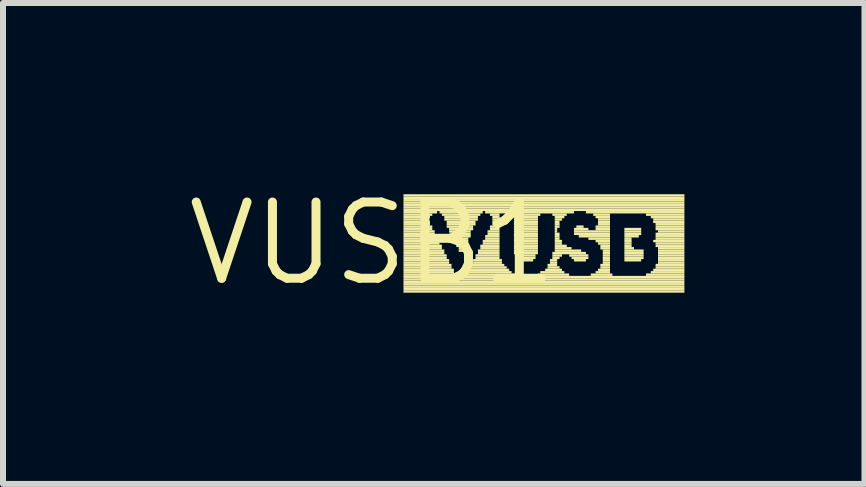
<source format=kicad_pcb>
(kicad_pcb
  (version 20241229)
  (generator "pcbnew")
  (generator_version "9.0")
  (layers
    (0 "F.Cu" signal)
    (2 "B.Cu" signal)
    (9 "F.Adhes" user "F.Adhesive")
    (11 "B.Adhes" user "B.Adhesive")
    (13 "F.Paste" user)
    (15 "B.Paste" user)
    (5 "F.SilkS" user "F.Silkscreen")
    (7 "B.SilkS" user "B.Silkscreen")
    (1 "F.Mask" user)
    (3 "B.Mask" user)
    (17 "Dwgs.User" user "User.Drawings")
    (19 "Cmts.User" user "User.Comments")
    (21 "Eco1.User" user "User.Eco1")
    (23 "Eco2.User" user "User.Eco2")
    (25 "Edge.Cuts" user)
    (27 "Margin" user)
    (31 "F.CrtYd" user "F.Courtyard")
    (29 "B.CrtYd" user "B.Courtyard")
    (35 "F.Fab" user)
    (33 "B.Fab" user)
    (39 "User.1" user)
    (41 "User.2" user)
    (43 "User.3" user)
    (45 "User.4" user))
  (footprint "VUSB1"
    (layer "F.Cu")
    (at 3.152 1.006)
    (property "Reference" "VUSB1" (at 0 0 0) (layer "F.SilkS") (effects (font (size 1.27 1.27) (thickness 0.15))))
    (fp_poly (pts (xy 0.52 -0.78) (xy 5.2 -0.78) (xy 5.2 -0.82) (xy 0.52 -0.82)) (stroke (width 0) (type default)) (fill yes) (layer "F.SilkS"))
    (fp_poly (pts (xy 0.52 -0.74) (xy 5.2 -0.74) (xy 5.2 -0.78) (xy 0.52 -0.78)) (stroke (width 0) (type default)) (fill yes) (layer "F.SilkS"))
    (fp_poly (pts (xy 0.52 -0.7) (xy 5.2 -0.7) (xy 5.2 -0.74) (xy 0.52 -0.74)) (stroke (width 0) (type default)) (fill yes) (layer "F.SilkS"))
    (fp_poly (pts (xy 0.52 -0.66) (xy 5.2 -0.66) (xy 5.2 -0.7) (xy 0.52 -0.7)) (stroke (width 0) (type default)) (fill yes) (layer "F.SilkS"))
    (fp_poly (pts (xy 0.52 -0.62) (xy 5.2 -0.62) (xy 5.2 -0.66) (xy 0.52 -0.66)) (stroke (width 0) (type default)) (fill yes) (layer "F.SilkS"))
    (fp_poly (pts (xy 0.52 -0.58) (xy 5.2 -0.58) (xy 5.2 -0.62) (xy 0.52 -0.62)) (stroke (width 0) (type default)) (fill yes) (layer "F.SilkS"))
    (fp_poly (pts (xy 0.52 -0.54) (xy 5.2 -0.54) (xy 5.2 -0.58) (xy 0.52 -0.58)) (stroke (width 0) (type default)) (fill yes) (layer "F.SilkS"))
    (fp_poly (pts (xy 0.52 -0.5) (xy 1.08 -0.5) (xy 1.08 -0.54) (xy 0.52 -0.54)) (stroke (width 0) (type default)) (fill yes) (layer "F.SilkS"))
    (fp_poly (pts (xy 0.52 -0.46) (xy 1 -0.46) (xy 1 -0.5) (xy 0.52 -0.5)) (stroke (width 0) (type default)) (fill yes) (layer "F.SilkS"))
    (fp_poly (pts (xy 0.52 -0.42) (xy 0.96 -0.42) (xy 0.96 -0.46) (xy 0.52 -0.46)) (stroke (width 0) (type default)) (fill yes) (layer "F.SilkS"))
    (fp_poly (pts (xy 0.52 -0.38) (xy 0.92 -0.38) (xy 0.92 -0.42) (xy 0.52 -0.42)) (stroke (width 0) (type default)) (fill yes) (layer "F.SilkS"))
    (fp_poly (pts (xy 0.52 -0.34) (xy 0.96 -0.34) (xy 0.96 -0.38) (xy 0.52 -0.38)) (stroke (width 0) (type default)) (fill yes) (layer "F.SilkS"))
    (fp_poly (pts (xy 0.52 -0.3) (xy 0.96 -0.3) (xy 0.96 -0.34) (xy 0.52 -0.34)) (stroke (width 0) (type default)) (fill yes) (layer "F.SilkS"))
    (fp_poly (pts (xy 0.52 -0.26) (xy 1 -0.26) (xy 1 -0.3) (xy 0.52 -0.3)) (stroke (width 0) (type default)) (fill yes) (layer "F.SilkS"))
    (fp_poly (pts (xy 0.52 -0.22) (xy 1 -0.22) (xy 1 -0.26) (xy 0.52 -0.26)) (stroke (width 0) (type default)) (fill yes) (layer "F.SilkS"))
    (fp_poly (pts (xy 0.52 -0.18) (xy 1.04 -0.18) (xy 1.04 -0.22) (xy 0.52 -0.22)) (stroke (width 0) (type default)) (fill yes) (layer "F.SilkS"))
    (fp_poly (pts (xy 0.52 -0.14) (xy 1.04 -0.14) (xy 1.04 -0.18) (xy 0.52 -0.18)) (stroke (width 0) (type default)) (fill yes) (layer "F.SilkS"))
    (fp_poly (pts (xy 0.52 -0.1) (xy 1.08 -0.1) (xy 1.08 -0.14) (xy 0.52 -0.14)) (stroke (width 0) (type default)) (fill yes) (layer "F.SilkS"))
    (fp_poly (pts (xy 0.52 -0.06) (xy 1.08 -0.06) (xy 1.08 -0.1) (xy 0.52 -0.1)) (stroke (width 0) (type default)) (fill yes) (layer "F.SilkS"))
    (fp_poly (pts (xy 0.52 -0.02) (xy 1.12 -0.02) (xy 1.12 -0.06) (xy 0.52 -0.06)) (stroke (width 0) (type default)) (fill yes) (layer "F.SilkS"))
    (fp_poly (pts (xy 0.52 0.02) (xy 1.12 0.02) (xy 1.12 -0.02) (xy 0.52 -0.02)) (stroke (width 0) (type default)) (fill yes) (layer "F.SilkS"))
    (fp_poly (pts (xy 0.52 0.06) (xy 1.16 0.06) (xy 1.16 0.02) (xy 0.52 0.02)) (stroke (width 0) (type default)) (fill yes) (layer "F.SilkS"))
    (fp_poly (pts (xy 0.52 0.1) (xy 1.16 0.1) (xy 1.16 0.06) (xy 0.52 0.06)) (stroke (width 0) (type default)) (fill yes) (layer "F.SilkS"))
    (fp_poly (pts (xy 0.52 0.14) (xy 1.2 0.14) (xy 1.2 0.1) (xy 0.52 0.1)) (stroke (width 0) (type default)) (fill yes) (layer "F.SilkS"))
    (fp_poly (pts (xy 0.52 0.18) (xy 1.2 0.18) (xy 1.2 0.14) (xy 0.52 0.14)) (stroke (width 0) (type default)) (fill yes) (layer "F.SilkS"))
    (fp_poly (pts (xy 0.52 0.22) (xy 1.24 0.22) (xy 1.24 0.18) (xy 0.52 0.18)) (stroke (width 0) (type default)) (fill yes) (layer "F.SilkS"))
    (fp_poly (pts (xy 0.52 0.26) (xy 1.24 0.26) (xy 1.24 0.22) (xy 0.52 0.22)) (stroke (width 0) (type default)) (fill yes) (layer "F.SilkS"))
    (fp_poly (pts (xy 0.52 0.3) (xy 1.28 0.3) (xy 1.28 0.26) (xy 0.52 0.26)) (stroke (width 0) (type default)) (fill yes) (layer "F.SilkS"))
    (fp_poly (pts (xy 0.52 0.34) (xy 1.28 0.34) (xy 1.28 0.3) (xy 0.52 0.3)) (stroke (width 0) (type default)) (fill yes) (layer "F.SilkS"))
    (fp_poly (pts (xy 0.52 0.38) (xy 1.32 0.38) (xy 1.32 0.34) (xy 0.52 0.34)) (stroke (width 0) (type default)) (fill yes) (layer "F.SilkS"))
    (fp_poly (pts (xy 0.52 0.42) (xy 1.32 0.42) (xy 1.32 0.38) (xy 0.52 0.38)) (stroke (width 0) (type default)) (fill yes) (layer "F.SilkS"))
    (fp_poly (pts (xy 0.52 0.46) (xy 1.36 0.46) (xy 1.36 0.42) (xy 0.52 0.42)) (stroke (width 0) (type default)) (fill yes) (layer "F.SilkS"))
    (fp_poly (pts (xy 0.52 0.5) (xy 1.36 0.5) (xy 1.36 0.46) (xy 0.52 0.46)) (stroke (width 0) (type default)) (fill yes) (layer "F.SilkS"))
    (fp_poly (pts (xy 0.52 0.54) (xy 1.4 0.54) (xy 1.4 0.5) (xy 0.52 0.5)) (stroke (width 0) (type default)) (fill yes) (layer "F.SilkS"))
    (fp_poly (pts (xy 0.52 0.58) (xy 5.2 0.58) (xy 5.2 0.54) (xy 0.52 0.54)) (stroke (width 0) (type default)) (fill yes) (layer "F.SilkS"))
    (fp_poly (pts (xy 0.52 0.62) (xy 5.2 0.62) (xy 5.2 0.58) (xy 0.52 0.58)) (stroke (width 0) (type default)) (fill yes) (layer "F.SilkS"))
    (fp_poly (pts (xy 0.52 0.66) (xy 5.2 0.66) (xy 5.2 0.62) (xy 0.52 0.62)) (stroke (width 0) (type default)) (fill yes) (layer "F.SilkS"))
    (fp_poly (pts (xy 0.52 0.7) (xy 5.2 0.7) (xy 5.2 0.66) (xy 0.52 0.66)) (stroke (width 0) (type default)) (fill yes) (layer "F.SilkS"))
    (fp_poly (pts (xy 0.52 0.74) (xy 5.2 0.74) (xy 5.2 0.7) (xy 0.52 0.7)) (stroke (width 0) (type default)) (fill yes) (layer "F.SilkS"))
    (fp_poly (pts (xy 0.52 0.78) (xy 5.2 0.78) (xy 5.2 0.74) (xy 0.52 0.74)) (stroke (width 0) (type default)) (fill yes) (layer "F.SilkS"))
    (fp_poly (pts (xy 0.52 0.82) (xy 5.2 0.82) (xy 5.2 0.78) (xy 0.52 0.78)) (stroke (width 0) (type default)) (fill yes) (layer "F.SilkS"))
    (fp_poly (pts (xy 1.12 -0.5) (xy 1.84 -0.5) (xy 1.84 -0.54) (xy 1.12 -0.54)) (stroke (width 0) (type default)) (fill yes) (layer "F.SilkS"))
    (fp_poly (pts (xy 1.16 -0.46) (xy 1.8 -0.46) (xy 1.8 -0.5) (xy 1.16 -0.5)) (stroke (width 0) (type default)) (fill yes) (layer "F.SilkS"))
    (fp_poly (pts (xy 1.2 -0.42) (xy 1.76 -0.42) (xy 1.76 -0.46) (xy 1.2 -0.46)) (stroke (width 0) (type default)) (fill yes) (layer "F.SilkS"))
    (fp_poly (pts (xy 1.2 -0.38) (xy 1.76 -0.38) (xy 1.76 -0.42) (xy 1.2 -0.42)) (stroke (width 0) (type default)) (fill yes) (layer "F.SilkS"))
    (fp_poly (pts (xy 1.24 -0.34) (xy 1.72 -0.34) (xy 1.72 -0.38) (xy 1.24 -0.38)) (stroke (width 0) (type default)) (fill yes) (layer "F.SilkS"))
    (fp_poly (pts (xy 1.24 -0.3) (xy 1.72 -0.3) (xy 1.72 -0.34) (xy 1.24 -0.34)) (stroke (width 0) (type default)) (fill yes) (layer "F.SilkS"))
    (fp_poly (pts (xy 1.24 -0.26) (xy 1.68 -0.26) (xy 1.68 -0.3) (xy 1.24 -0.3)) (stroke (width 0) (type default)) (fill yes) (layer "F.SilkS"))
    (fp_poly (pts (xy 1.28 -0.22) (xy 1.68 -0.22) (xy 1.68 -0.26) (xy 1.28 -0.26)) (stroke (width 0) (type default)) (fill yes) (layer "F.SilkS"))
    (fp_poly (pts (xy 1.28 -0.18) (xy 1.64 -0.18) (xy 1.64 -0.22) (xy 1.28 -0.22)) (stroke (width 0) (type default)) (fill yes) (layer "F.SilkS"))
    (fp_poly (pts (xy 1.32 -0.14) (xy 1.64 -0.14) (xy 1.64 -0.18) (xy 1.32 -0.18)) (stroke (width 0) (type default)) (fill yes) (layer "F.SilkS"))
    (fp_poly (pts (xy 1.32 -0.1) (xy 1.64 -0.1) (xy 1.64 -0.14) (xy 1.32 -0.14)) (stroke (width 0) (type default)) (fill yes) (layer "F.SilkS"))
    (fp_poly (pts (xy 1.36 -0.06) (xy 1.6 -0.06) (xy 1.6 -0.1) (xy 1.36 -0.1)) (stroke (width 0) (type default)) (fill yes) (layer "F.SilkS"))
    (fp_poly (pts (xy 1.36 -0.02) (xy 1.6 -0.02) (xy 1.6 -0.06) (xy 1.36 -0.06)) (stroke (width 0) (type default)) (fill yes) (layer "F.SilkS"))
    (fp_poly (pts (xy 1.4 0.02) (xy 1.56 0.02) (xy 1.56 -0.02) (xy 1.4 -0.02)) (stroke (width 0) (type default)) (fill yes) (layer "F.SilkS"))
    (fp_poly (pts (xy 1.4 0.06) (xy 1.56 0.06) (xy 1.56 0.02) (xy 1.4 0.02)) (stroke (width 0) (type default)) (fill yes) (layer "F.SilkS"))
    (fp_poly (pts (xy 1.44 0.1) (xy 1.52 0.1) (xy 1.52 0.06) (xy 1.44 0.06)) (stroke (width 0) (type default)) (fill yes) (layer "F.SilkS"))
    (fp_poly (pts (xy 1.44 0.14) (xy 1.52 0.14) (xy 1.52 0.1) (xy 1.44 0.1)) (stroke (width 0) (type default)) (fill yes) (layer "F.SilkS"))
    (fp_poly (pts (xy 1.56 0.54) (xy 2.4 0.54) (xy 2.4 0.5) (xy 1.56 0.5)) (stroke (width 0) (type default)) (fill yes) (layer "F.SilkS"))
    (fp_poly (pts (xy 1.6 0.46) (xy 2.28 0.46) (xy 2.28 0.42) (xy 1.6 0.42)) (stroke (width 0) (type default)) (fill yes) (layer "F.SilkS"))
    (fp_poly (pts (xy 1.6 0.5) (xy 2.32 0.5) (xy 2.32 0.46) (xy 1.6 0.46)) (stroke (width 0) (type default)) (fill yes) (layer "F.SilkS"))
    (fp_poly (pts (xy 1.64 0.38) (xy 2.2 0.38) (xy 2.2 0.34) (xy 1.64 0.34)) (stroke (width 0) (type default)) (fill yes) (layer "F.SilkS"))
    (fp_poly (pts (xy 1.64 0.42) (xy 2.24 0.42) (xy 2.24 0.38) (xy 1.64 0.38)) (stroke (width 0) (type default)) (fill yes) (layer "F.SilkS"))
    (fp_poly (pts (xy 1.68 0.3) (xy 2.16 0.3) (xy 2.16 0.26) (xy 1.68 0.26)) (stroke (width 0) (type default)) (fill yes) (layer "F.SilkS"))
    (fp_poly (pts (xy 1.68 0.34) (xy 2.16 0.34) (xy 2.16 0.3) (xy 1.68 0.3)) (stroke (width 0) (type default)) (fill yes) (layer "F.SilkS"))
    (fp_poly (pts (xy 1.72 0.22) (xy 2.12 0.22) (xy 2.12 0.18) (xy 1.72 0.18)) (stroke (width 0) (type default)) (fill yes) (layer "F.SilkS"))
    (fp_poly (pts (xy 1.72 0.26) (xy 2.12 0.26) (xy 2.12 0.22) (xy 1.72 0.22)) (stroke (width 0) (type default)) (fill yes) (layer "F.SilkS"))
    (fp_poly (pts (xy 1.76 0.14) (xy 2.12 0.14) (xy 2.12 0.1) (xy 1.76 0.1)) (stroke (width 0) (type default)) (fill yes) (layer "F.SilkS"))
    (fp_poly (pts (xy 1.76 0.18) (xy 2.12 0.18) (xy 2.12 0.14) (xy 1.76 0.14)) (stroke (width 0) (type default)) (fill yes) (layer "F.SilkS"))
    (fp_poly (pts (xy 1.8 0.06) (xy 2.12 0.06) (xy 2.12 0.02) (xy 1.8 0.02)) (stroke (width 0) (type default)) (fill yes) (layer "F.SilkS"))
    (fp_poly (pts (xy 1.8 0.1) (xy 2.12 0.1) (xy 2.12 0.06) (xy 1.8 0.06)) (stroke (width 0) (type default)) (fill yes) (layer "F.SilkS"))
    (fp_poly (pts (xy 1.84 -0.02) (xy 2.12 -0.02) (xy 2.12 -0.06) (xy 1.84 -0.06)) (stroke (width 0) (type default)) (fill yes) (layer "F.SilkS"))
    (fp_poly (pts (xy 1.84 0.02) (xy 2.12 0.02) (xy 2.12 -0.02) (xy 1.84 -0.02)) (stroke (width 0) (type default)) (fill yes) (layer "F.SilkS"))
    (fp_poly (pts (xy 1.88 -0.5) (xy 3.36 -0.5) (xy 3.36 -0.54) (xy 1.88 -0.54)) (stroke (width 0) (type default)) (fill yes) (layer "F.SilkS"))
    (fp_poly (pts (xy 1.88 -0.1) (xy 2.12 -0.1) (xy 2.12 -0.14) (xy 1.88 -0.14)) (stroke (width 0) (type default)) (fill yes) (layer "F.SilkS"))
    (fp_poly (pts (xy 1.88 -0.06) (xy 2.12 -0.06) (xy 2.12 -0.1) (xy 1.88 -0.1)) (stroke (width 0) (type default)) (fill yes) (layer "F.SilkS"))
    (fp_poly (pts (xy 1.92 -0.18) (xy 2.12 -0.18) (xy 2.12 -0.22) (xy 1.92 -0.22)) (stroke (width 0) (type default)) (fill yes) (layer "F.SilkS"))
    (fp_poly (pts (xy 1.92 -0.14) (xy 2.12 -0.14) (xy 2.12 -0.18) (xy 1.92 -0.18)) (stroke (width 0) (type default)) (fill yes) (layer "F.SilkS"))
    (fp_poly (pts (xy 1.96 -0.46) (xy 2.12 -0.46) (xy 2.12 -0.5) (xy 1.96 -0.5)) (stroke (width 0) (type default)) (fill yes) (layer "F.SilkS"))
    (fp_poly (pts (xy 1.96 -0.26) (xy 2.12 -0.26) (xy 2.12 -0.3) (xy 1.96 -0.3)) (stroke (width 0) (type default)) (fill yes) (layer "F.SilkS"))
    (fp_poly (pts (xy 1.96 -0.22) (xy 2.12 -0.22) (xy 2.12 -0.26) (xy 1.96 -0.26)) (stroke (width 0) (type default)) (fill yes) (layer "F.SilkS"))
    (fp_poly (pts (xy 2 -0.42) (xy 2.12 -0.42) (xy 2.12 -0.46) (xy 2 -0.46)) (stroke (width 0) (type default)) (fill yes) (layer "F.SilkS"))
    (fp_poly (pts (xy 2 -0.38) (xy 2.12 -0.38) (xy 2.12 -0.42) (xy 2 -0.42)) (stroke (width 0) (type default)) (fill yes) (layer "F.SilkS"))
    (fp_poly (pts (xy 2 -0.34) (xy 2.12 -0.34) (xy 2.12 -0.38) (xy 2 -0.38)) (stroke (width 0) (type default)) (fill yes) (layer "F.SilkS"))
    (fp_poly (pts (xy 2 -0.3) (xy 2.12 -0.3) (xy 2.12 -0.34) (xy 2 -0.34)) (stroke (width 0) (type default)) (fill yes) (layer "F.SilkS"))
    (fp_poly (pts (xy 2.32 -0.46) (xy 2.8 -0.46) (xy 2.8 -0.5) (xy 2.32 -0.5)) (stroke (width 0) (type default)) (fill yes) (layer "F.SilkS"))
    (fp_poly (pts (xy 2.36 -0.42) (xy 2.76 -0.42) (xy 2.76 -0.46) (xy 2.36 -0.46)) (stroke (width 0) (type default)) (fill yes) (layer "F.SilkS"))
    (fp_poly (pts (xy 2.36 -0.38) (xy 2.76 -0.38) (xy 2.76 -0.42) (xy 2.36 -0.42)) (stroke (width 0) (type default)) (fill yes) (layer "F.SilkS"))
    (fp_poly (pts (xy 2.36 -0.34) (xy 2.76 -0.34) (xy 2.76 -0.38) (xy 2.36 -0.38)) (stroke (width 0) (type default)) (fill yes) (layer "F.SilkS"))
    (fp_poly (pts (xy 2.36 -0.3) (xy 2.76 -0.3) (xy 2.76 -0.34) (xy 2.36 -0.34)) (stroke (width 0) (type default)) (fill yes) (layer "F.SilkS"))
    (fp_poly (pts (xy 2.36 -0.26) (xy 2.76 -0.26) (xy 2.76 -0.3) (xy 2.36 -0.3)) (stroke (width 0) (type default)) (fill yes) (layer "F.SilkS"))
    (fp_poly (pts (xy 2.36 -0.22) (xy 2.76 -0.22) (xy 2.76 -0.26) (xy 2.36 -0.26)) (stroke (width 0) (type default)) (fill yes) (layer "F.SilkS"))
    (fp_poly (pts (xy 2.36 -0.18) (xy 2.76 -0.18) (xy 2.76 -0.22) (xy 2.36 -0.22)) (stroke (width 0) (type default)) (fill yes) (layer "F.SilkS"))
    (fp_poly (pts (xy 2.36 -0.14) (xy 2.76 -0.14) (xy 2.76 -0.18) (xy 2.36 -0.18)) (stroke (width 0) (type default)) (fill yes) (layer "F.SilkS"))
    (fp_poly (pts (xy 2.36 -0.1) (xy 2.76 -0.1) (xy 2.76 -0.14) (xy 2.36 -0.14)) (stroke (width 0) (type default)) (fill yes) (layer "F.SilkS"))
    (fp_poly (pts (xy 2.36 -0.06) (xy 2.76 -0.06) (xy 2.76 -0.1) (xy 2.36 -0.1)) (stroke (width 0) (type default)) (fill yes) (layer "F.SilkS"))
    (fp_poly (pts (xy 2.36 -0.02) (xy 2.76 -0.02) (xy 2.76 -0.06) (xy 2.36 -0.06)) (stroke (width 0) (type default)) (fill yes) (layer "F.SilkS"))
    (fp_poly (pts (xy 2.36 0.02) (xy 2.76 0.02) (xy 2.76 -0.02) (xy 2.36 -0.02)) (stroke (width 0) (type default)) (fill yes) (layer "F.SilkS"))
    (fp_poly (pts (xy 2.36 0.06) (xy 2.76 0.06) (xy 2.76 0.02) (xy 2.36 0.02)) (stroke (width 0) (type default)) (fill yes) (layer "F.SilkS"))
    (fp_poly (pts (xy 2.36 0.1) (xy 2.76 0.1) (xy 2.76 0.06) (xy 2.36 0.06)) (stroke (width 0) (type default)) (fill yes) (layer "F.SilkS"))
    (fp_poly (pts (xy 2.36 0.14) (xy 2.76 0.14) (xy 2.76 0.1) (xy 2.36 0.1)) (stroke (width 0) (type default)) (fill yes) (layer "F.SilkS"))
    (fp_poly (pts (xy 2.36 0.18) (xy 2.76 0.18) (xy 2.76 0.14) (xy 2.36 0.14)) (stroke (width 0) (type default)) (fill yes) (layer "F.SilkS"))
    (fp_poly (pts (xy 2.4 0.22) (xy 2.72 0.22) (xy 2.72 0.18) (xy 2.4 0.18)) (stroke (width 0) (type default)) (fill yes) (layer "F.SilkS"))
    (fp_poly (pts (xy 2.4 0.26) (xy 2.72 0.26) (xy 2.72 0.22) (xy 2.4 0.22)) (stroke (width 0) (type default)) (fill yes) (layer "F.SilkS"))
    (fp_poly (pts (xy 2.48 0.3) (xy 2.68 0.3) (xy 2.68 0.26) (xy 2.48 0.26)) (stroke (width 0) (type default)) (fill yes) (layer "F.SilkS"))
    (fp_poly (pts (xy 2.76 0.54) (xy 3.28 0.54) (xy 3.28 0.5) (xy 2.76 0.5)) (stroke (width 0) (type default)) (fill yes) (layer "F.SilkS"))
    (fp_poly (pts (xy 2.8 0.5) (xy 3.2 0.5) (xy 3.2 0.46) (xy 2.8 0.46)) (stroke (width 0) (type default)) (fill yes) (layer "F.SilkS"))
    (fp_poly (pts (xy 2.88 0.46) (xy 3.16 0.46) (xy 3.16 0.42) (xy 2.88 0.42)) (stroke (width 0) (type default)) (fill yes) (layer "F.SilkS"))
    (fp_poly (pts (xy 2.92 0.38) (xy 3.08 0.38) (xy 3.08 0.34) (xy 2.92 0.34)) (stroke (width 0) (type default)) (fill yes) (layer "F.SilkS"))
    (fp_poly (pts (xy 2.92 0.42) (xy 3.12 0.42) (xy 3.12 0.38) (xy 2.92 0.38)) (stroke (width 0) (type default)) (fill yes) (layer "F.SilkS"))
    (fp_poly (pts (xy 2.96 0.3) (xy 3.08 0.3) (xy 3.08 0.26) (xy 2.96 0.26)) (stroke (width 0) (type default)) (fill yes) (layer "F.SilkS"))
    (fp_poly (pts (xy 2.96 0.34) (xy 3.08 0.34) (xy 3.08 0.3) (xy 2.96 0.3)) (stroke (width 0) (type default)) (fill yes) (layer "F.SilkS"))
    (fp_poly (pts (xy 3 -0.46) (xy 3.24 -0.46) (xy 3.24 -0.5) (xy 3 -0.5)) (stroke (width 0) (type default)) (fill yes) (layer "F.SilkS"))
    (fp_poly (pts (xy 3 0.18) (xy 3.56 0.18) (xy 3.56 0.14) (xy 3 0.14)) (stroke (width 0) (type default)) (fill yes) (layer "F.SilkS"))
    (fp_poly (pts (xy 3 0.22) (xy 3.16 0.22) (xy 3.16 0.18) (xy 3 0.18)) (stroke (width 0) (type default)) (fill yes) (layer "F.SilkS"))
    (fp_poly (pts (xy 3 0.26) (xy 3.12 0.26) (xy 3.12 0.22) (xy 3 0.22)) (stroke (width 0) (type default)) (fill yes) (layer "F.SilkS"))
    (fp_poly (pts (xy 3.04 -0.42) (xy 3.2 -0.42) (xy 3.2 -0.46) (xy 3.04 -0.46)) (stroke (width 0) (type default)) (fill yes) (layer "F.SilkS"))
    (fp_poly (pts (xy 3.04 -0.38) (xy 3.16 -0.38) (xy 3.16 -0.42) (xy 3.04 -0.42)) (stroke (width 0) (type default)) (fill yes) (layer "F.SilkS"))
    (fp_poly (pts (xy 3.04 -0.34) (xy 3.12 -0.34) (xy 3.12 -0.38) (xy 3.04 -0.38)) (stroke (width 0) (type default)) (fill yes) (layer "F.SilkS"))
    (fp_poly (pts (xy 3.04 -0.3) (xy 3.12 -0.3) (xy 3.12 -0.34) (xy 3.04 -0.34)) (stroke (width 0) (type default)) (fill yes) (layer "F.SilkS"))
    (fp_poly (pts (xy 3.04 -0.26) (xy 3.12 -0.26) (xy 3.12 -0.3) (xy 3.04 -0.3)) (stroke (width 0) (type default)) (fill yes) (layer "F.SilkS"))
    (fp_poly (pts (xy 3.04 -0.22) (xy 3.08 -0.22) (xy 3.08 -0.26) (xy 3.04 -0.26)) (stroke (width 0) (type default)) (fill yes) (layer "F.SilkS"))
    (fp_poly (pts (xy 3.04 -0.18) (xy 3.08 -0.18) (xy 3.08 -0.22) (xy 3.04 -0.22)) (stroke (width 0) (type default)) (fill yes) (layer "F.SilkS"))
    (fp_poly (pts (xy 3.04 -0.14) (xy 3.12 -0.14) (xy 3.12 -0.18) (xy 3.04 -0.18)) (stroke (width 0) (type default)) (fill yes) (layer "F.SilkS"))
    (fp_poly (pts (xy 3.04 -0.1) (xy 3.12 -0.1) (xy 3.12 -0.14) (xy 3.04 -0.14)) (stroke (width 0) (type default)) (fill yes) (layer "F.SilkS"))
    (fp_poly (pts (xy 3.04 -0.06) (xy 3.12 -0.06) (xy 3.12 -0.1) (xy 3.04 -0.1)) (stroke (width 0) (type default)) (fill yes) (layer "F.SilkS"))
    (fp_poly (pts (xy 3.04 -0.02) (xy 3.16 -0.02) (xy 3.16 -0.06) (xy 3.04 -0.06)) (stroke (width 0) (type default)) (fill yes) (layer "F.SilkS"))
    (fp_poly (pts (xy 3.04 0.02) (xy 3.16 0.02) (xy 3.16 -0.02) (xy 3.04 -0.02)) (stroke (width 0) (type default)) (fill yes) (layer "F.SilkS"))
    (fp_poly (pts (xy 3.04 0.06) (xy 3.24 0.06) (xy 3.24 0.02) (xy 3.04 0.02)) (stroke (width 0) (type default)) (fill yes) (layer "F.SilkS"))
    (fp_poly (pts (xy 3.04 0.1) (xy 3.32 0.1) (xy 3.32 0.06) (xy 3.04 0.06)) (stroke (width 0) (type default)) (fill yes) (layer "F.SilkS"))
    (fp_poly (pts (xy 3.04 0.14) (xy 3.48 0.14) (xy 3.48 0.1) (xy 3.04 0.1)) (stroke (width 0) (type default)) (fill yes) (layer "F.SilkS"))
    (fp_poly (pts (xy 3.28 0.22) (xy 3.6 0.22) (xy 3.6 0.18) (xy 3.28 0.18)) (stroke (width 0) (type default)) (fill yes) (layer "F.SilkS"))
    (fp_poly (pts (xy 3.32 0.26) (xy 3.6 0.26) (xy 3.6 0.22) (xy 3.32 0.22)) (stroke (width 0) (type default)) (fill yes) (layer "F.SilkS"))
    (fp_poly (pts (xy 3.36 -0.22) (xy 3.6 -0.22) (xy 3.6 -0.26) (xy 3.36 -0.26)) (stroke (width 0) (type default)) (fill yes) (layer "F.SilkS"))
    (fp_poly (pts (xy 3.36 -0.18) (xy 3.96 -0.18) (xy 3.96 -0.22) (xy 3.36 -0.22)) (stroke (width 0) (type default)) (fill yes) (layer "F.SilkS"))
    (fp_poly (pts (xy 3.36 -0.14) (xy 3.96 -0.14) (xy 3.96 -0.18) (xy 3.36 -0.18)) (stroke (width 0) (type default)) (fill yes) (layer "F.SilkS"))
    (fp_poly (pts (xy 3.36 0.3) (xy 3.56 0.3) (xy 3.56 0.26) (xy 3.36 0.26)) (stroke (width 0) (type default)) (fill yes) (layer "F.SilkS"))
    (fp_poly (pts (xy 3.4 -0.26) (xy 3.52 -0.26) (xy 3.52 -0.3) (xy 3.4 -0.3)) (stroke (width 0) (type default)) (fill yes) (layer "F.SilkS"))
    (fp_poly (pts (xy 3.44 -0.1) (xy 3.96 -0.1) (xy 3.96 -0.14) (xy 3.44 -0.14)) (stroke (width 0) (type default)) (fill yes) (layer "F.SilkS"))
    (fp_poly (pts (xy 3.56 -0.5) (xy 5.2 -0.5) (xy 5.2 -0.54) (xy 3.56 -0.54)) (stroke (width 0) (type default)) (fill yes) (layer "F.SilkS"))
    (fp_poly (pts (xy 3.6 -0.06) (xy 3.96 -0.06) (xy 3.96 -0.1) (xy 3.6 -0.1)) (stroke (width 0) (type default)) (fill yes) (layer "F.SilkS"))
    (fp_poly (pts (xy 3.64 0.54) (xy 4 0.54) (xy 4 0.5) (xy 3.64 0.5)) (stroke (width 0) (type default)) (fill yes) (layer "F.SilkS"))
    (fp_poly (pts (xy 3.68 -0.46) (xy 3.96 -0.46) (xy 3.96 -0.5) (xy 3.68 -0.5)) (stroke (width 0) (type default)) (fill yes) (layer "F.SilkS"))
    (fp_poly (pts (xy 3.72 -0.42) (xy 3.96 -0.42) (xy 3.96 -0.46) (xy 3.72 -0.46)) (stroke (width 0) (type default)) (fill yes) (layer "F.SilkS"))
    (fp_poly (pts (xy 3.72 -0.26) (xy 3.96 -0.26) (xy 3.96 -0.3) (xy 3.72 -0.3)) (stroke (width 0) (type default)) (fill yes) (layer "F.SilkS"))
    (fp_poly (pts (xy 3.72 -0.22) (xy 3.96 -0.22) (xy 3.96 -0.26) (xy 3.72 -0.26)) (stroke (width 0) (type default)) (fill yes) (layer "F.SilkS"))
    (fp_poly (pts (xy 3.72 -0.02) (xy 3.96 -0.02) (xy 3.96 -0.06) (xy 3.72 -0.06)) (stroke (width 0) (type default)) (fill yes) (layer "F.SilkS"))
    (fp_poly (pts (xy 3.72 0.5) (xy 3.96 0.5) (xy 3.96 0.46) (xy 3.72 0.46)) (stroke (width 0) (type default)) (fill yes) (layer "F.SilkS"))
    (fp_poly (pts (xy 3.76 -0.38) (xy 3.96 -0.38) (xy 3.96 -0.42) (xy 3.76 -0.42)) (stroke (width 0) (type default)) (fill yes) (layer "F.SilkS"))
    (fp_poly (pts (xy 3.76 -0.34) (xy 3.96 -0.34) (xy 3.96 -0.38) (xy 3.76 -0.38)) (stroke (width 0) (type default)) (fill yes) (layer "F.SilkS"))
    (fp_poly (pts (xy 3.76 -0.3) (xy 3.96 -0.3) (xy 3.96 -0.34) (xy 3.76 -0.34)) (stroke (width 0) (type default)) (fill yes) (layer "F.SilkS"))
    (fp_poly (pts (xy 3.76 0.02) (xy 3.96 0.02) (xy 3.96 -0.02) (xy 3.76 -0.02)) (stroke (width 0) (type default)) (fill yes) (layer "F.SilkS"))
    (fp_poly (pts (xy 3.76 0.46) (xy 3.96 0.46) (xy 3.96 0.42) (xy 3.76 0.42)) (stroke (width 0) (type default)) (fill yes) (layer "F.SilkS"))
    (fp_poly (pts (xy 3.8 0.06) (xy 3.96 0.06) (xy 3.96 0.02) (xy 3.8 0.02)) (stroke (width 0) (type default)) (fill yes) (layer "F.SilkS"))
    (fp_poly (pts (xy 3.8 0.1) (xy 3.96 0.1) (xy 3.96 0.06) (xy 3.8 0.06)) (stroke (width 0) (type default)) (fill yes) (layer "F.SilkS"))
    (fp_poly (pts (xy 3.8 0.38) (xy 3.96 0.38) (xy 3.96 0.34) (xy 3.8 0.34)) (stroke (width 0) (type default)) (fill yes) (layer "F.SilkS"))
    (fp_poly (pts (xy 3.8 0.42) (xy 3.96 0.42) (xy 3.96 0.38) (xy 3.8 0.38)) (stroke (width 0) (type default)) (fill yes) (layer "F.SilkS"))
    (fp_poly (pts (xy 3.84 0.14) (xy 3.96 0.14) (xy 3.96 0.1) (xy 3.84 0.1)) (stroke (width 0) (type default)) (fill yes) (layer "F.SilkS"))
    (fp_poly (pts (xy 3.84 0.18) (xy 3.96 0.18) (xy 3.96 0.14) (xy 3.84 0.14)) (stroke (width 0) (type default)) (fill yes) (layer "F.SilkS"))
    (fp_poly (pts (xy 3.84 0.22) (xy 3.96 0.22) (xy 3.96 0.18) (xy 3.84 0.18)) (stroke (width 0) (type default)) (fill yes) (layer "F.SilkS"))
    (fp_poly (pts (xy 3.84 0.26) (xy 3.96 0.26) (xy 3.96 0.22) (xy 3.84 0.22)) (stroke (width 0) (type default)) (fill yes) (layer "F.SilkS"))
    (fp_poly (pts (xy 3.84 0.3) (xy 3.96 0.3) (xy 3.96 0.26) (xy 3.84 0.26)) (stroke (width 0) (type default)) (fill yes) (layer "F.SilkS"))
    (fp_poly (pts (xy 3.84 0.34) (xy 3.96 0.34) (xy 3.96 0.3) (xy 3.84 0.3)) (stroke (width 0) (type default)) (fill yes) (layer "F.SilkS"))
    (fp_poly (pts (xy 4.2 -0.22) (xy 4.48 -0.22) (xy 4.48 -0.26) (xy 4.2 -0.26)) (stroke (width 0) (type default)) (fill yes) (layer "F.SilkS"))
    (fp_poly (pts (xy 4.2 -0.18) (xy 4.48 -0.18) (xy 4.48 -0.22) (xy 4.2 -0.22)) (stroke (width 0) (type default)) (fill yes) (layer "F.SilkS"))
    (fp_poly (pts (xy 4.2 -0.14) (xy 4.48 -0.14) (xy 4.48 -0.18) (xy 4.2 -0.18)) (stroke (width 0) (type default)) (fill yes) (layer "F.SilkS"))
    (fp_poly (pts (xy 4.2 -0.1) (xy 4.44 -0.1) (xy 4.44 -0.14) (xy 4.2 -0.14)) (stroke (width 0) (type default)) (fill yes) (layer "F.SilkS"))
    (fp_poly (pts (xy 4.2 -0.06) (xy 4.32 -0.06) (xy 4.32 -0.1) (xy 4.2 -0.1)) (stroke (width 0) (type default)) (fill yes) (layer "F.SilkS"))
    (fp_poly (pts (xy 4.2 -0.02) (xy 4.32 -0.02) (xy 4.32 -0.06) (xy 4.2 -0.06)) (stroke (width 0) (type default)) (fill yes) (layer "F.SilkS"))
    (fp_poly (pts (xy 4.2 0.02) (xy 4.32 0.02) (xy 4.32 -0.02) (xy 4.2 -0.02)) (stroke (width 0) (type default)) (fill yes) (layer "F.SilkS"))
    (fp_poly (pts (xy 4.2 0.06) (xy 4.32 0.06) (xy 4.32 0.02) (xy 4.2 0.02)) (stroke (width 0) (type default)) (fill yes) (layer "F.SilkS"))
    (fp_poly (pts (xy 4.2 0.1) (xy 4.36 0.1) (xy 4.36 0.06) (xy 4.2 0.06)) (stroke (width 0) (type default)) (fill yes) (layer "F.SilkS"))
    (fp_poly (pts (xy 4.2 0.14) (xy 4.52 0.14) (xy 4.52 0.1) (xy 4.2 0.1)) (stroke (width 0) (type default)) (fill yes) (layer "F.SilkS"))
    (fp_poly (pts (xy 4.2 0.18) (xy 4.52 0.18) (xy 4.52 0.14) (xy 4.2 0.14)) (stroke (width 0) (type default)) (fill yes) (layer "F.SilkS"))
    (fp_poly (pts (xy 4.2 0.22) (xy 4.52 0.22) (xy 4.52 0.18) (xy 4.2 0.18)) (stroke (width 0) (type default)) (fill yes) (layer "F.SilkS"))
    (fp_poly (pts (xy 4.2 0.26) (xy 4.52 0.26) (xy 4.52 0.22) (xy 4.2 0.22)) (stroke (width 0) (type default)) (fill yes) (layer "F.SilkS"))
    (fp_poly (pts (xy 4.2 0.3) (xy 4.48 0.3) (xy 4.48 0.26) (xy 4.2 0.26)) (stroke (width 0) (type default)) (fill yes) (layer "F.SilkS"))
    (fp_poly (pts (xy 4.56 -0.46) (xy 5.2 -0.46) (xy 5.2 -0.5) (xy 4.56 -0.5)) (stroke (width 0) (type default)) (fill yes) (layer "F.SilkS"))
    (fp_poly (pts (xy 4.56 0.54) (xy 5.2 0.54) (xy 5.2 0.5) (xy 4.56 0.5)) (stroke (width 0) (type default)) (fill yes) (layer "F.SilkS"))
    (fp_poly (pts (xy 4.64 -0.42) (xy 5.2 -0.42) (xy 5.2 -0.46) (xy 4.64 -0.46)) (stroke (width 0) (type default)) (fill yes) (layer "F.SilkS"))
    (fp_poly (pts (xy 4.64 0.5) (xy 5.2 0.5) (xy 5.2 0.46) (xy 4.64 0.46)) (stroke (width 0) (type default)) (fill yes) (layer "F.SilkS"))
    (fp_poly (pts (xy 4.68 -0.38) (xy 5.2 -0.38) (xy 5.2 -0.42) (xy 4.68 -0.42)) (stroke (width 0) (type default)) (fill yes) (layer "F.SilkS"))
    (fp_poly (pts (xy 4.68 -0.34) (xy 5.2 -0.34) (xy 5.2 -0.38) (xy 4.68 -0.38)) (stroke (width 0) (type default)) (fill yes) (layer "F.SilkS"))
    (fp_poly (pts (xy 4.68 -0.02) (xy 5.2 -0.02) (xy 5.2 -0.06) (xy 4.68 -0.06)) (stroke (width 0) (type default)) (fill yes) (layer "F.SilkS"))
    (fp_poly (pts (xy 4.68 0.46) (xy 5.2 0.46) (xy 5.2 0.42) (xy 4.68 0.42)) (stroke (width 0) (type default)) (fill yes) (layer "F.SilkS"))
    (fp_poly (pts (xy 4.72 -0.3) (xy 5.2 -0.3) (xy 5.2 -0.34) (xy 4.72 -0.34)) (stroke (width 0) (type default)) (fill yes) (layer "F.SilkS"))
    (fp_poly (pts (xy 4.72 -0.26) (xy 5.2 -0.26) (xy 5.2 -0.3) (xy 4.72 -0.3)) (stroke (width 0) (type default)) (fill yes) (layer "F.SilkS"))
    (fp_poly (pts (xy 4.72 -0.22) (xy 5.2 -0.22) (xy 5.2 -0.26) (xy 4.72 -0.26)) (stroke (width 0) (type default)) (fill yes) (layer "F.SilkS"))
    (fp_poly (pts (xy 4.72 -0.14) (xy 5.2 -0.14) (xy 5.2 -0.18) (xy 4.72 -0.18)) (stroke (width 0) (type default)) (fill yes) (layer "F.SilkS"))
    (fp_poly (pts (xy 4.72 -0.1) (xy 5.2 -0.1) (xy 5.2 -0.14) (xy 4.72 -0.14)) (stroke (width 0) (type default)) (fill yes) (layer "F.SilkS"))
    (fp_poly (pts (xy 4.72 -0.06) (xy 5.2 -0.06) (xy 5.2 -0.1) (xy 4.72 -0.1)) (stroke (width 0) (type default)) (fill yes) (layer "F.SilkS"))
    (fp_poly (pts (xy 4.72 0.02) (xy 5.2 0.02) (xy 5.2 -0.02) (xy 4.72 -0.02)) (stroke (width 0) (type default)) (fill yes) (layer "F.SilkS"))
    (fp_poly (pts (xy 4.72 0.06) (xy 5.2 0.06) (xy 5.2 0.02) (xy 4.72 0.02)) (stroke (width 0) (type default)) (fill yes) (layer "F.SilkS"))
    (fp_poly (pts (xy 4.72 0.38) (xy 5.2 0.38) (xy 5.2 0.34) (xy 4.72 0.34)) (stroke (width 0) (type default)) (fill yes) (layer "F.SilkS"))
    (fp_poly (pts (xy 4.72 0.42) (xy 5.2 0.42) (xy 5.2 0.38) (xy 4.72 0.38)) (stroke (width 0) (type default)) (fill yes) (layer "F.SilkS"))
    (fp_poly (pts (xy 4.76 -0.18) (xy 5.2 -0.18) (xy 5.2 -0.22) (xy 4.76 -0.22)) (stroke (width 0) (type default)) (fill yes) (layer "F.SilkS"))
    (fp_poly (pts (xy 4.76 0.1) (xy 5.2 0.1) (xy 5.2 0.06) (xy 4.76 0.06)) (stroke (width 0) (type default)) (fill yes) (layer "F.SilkS"))
    (fp_poly (pts (xy 4.76 0.14) (xy 5.2 0.14) (xy 5.2 0.1) (xy 4.76 0.1)) (stroke (width 0) (type default)) (fill yes) (layer "F.SilkS"))
    (fp_poly (pts (xy 4.76 0.18) (xy 5.2 0.18) (xy 5.2 0.14) (xy 4.76 0.14)) (stroke (width 0) (type default)) (fill yes) (layer "F.SilkS"))
    (fp_poly (pts (xy 4.76 0.22) (xy 5.2 0.22) (xy 5.2 0.18) (xy 4.76 0.18)) (stroke (width 0) (type default)) (fill yes) (layer "F.SilkS"))
    (fp_poly (pts (xy 4.76 0.26) (xy 5.2 0.26) (xy 5.2 0.22) (xy 4.76 0.22)) (stroke (width 0) (type default)) (fill yes) (layer "F.SilkS"))
    (fp_poly (pts (xy 4.76 0.3) (xy 5.2 0.3) (xy 5.2 0.26) (xy 4.76 0.26)) (stroke (width 0) (type default)) (fill yes) (layer "F.SilkS"))
    (fp_poly (pts (xy 4.76 0.34) (xy 5.2 0.34) (xy 5.2 0.3) (xy 4.76 0.3)) (stroke (width 0) (type default)) (fill yes) (layer "F.SilkS")))
  (gr_rect
    (start -3 -3)
    (end 11.352 5.012)
    (stroke (width 0.1) (type default))
    (fill no)
    (layer "Edge.Cuts")))
</source>
